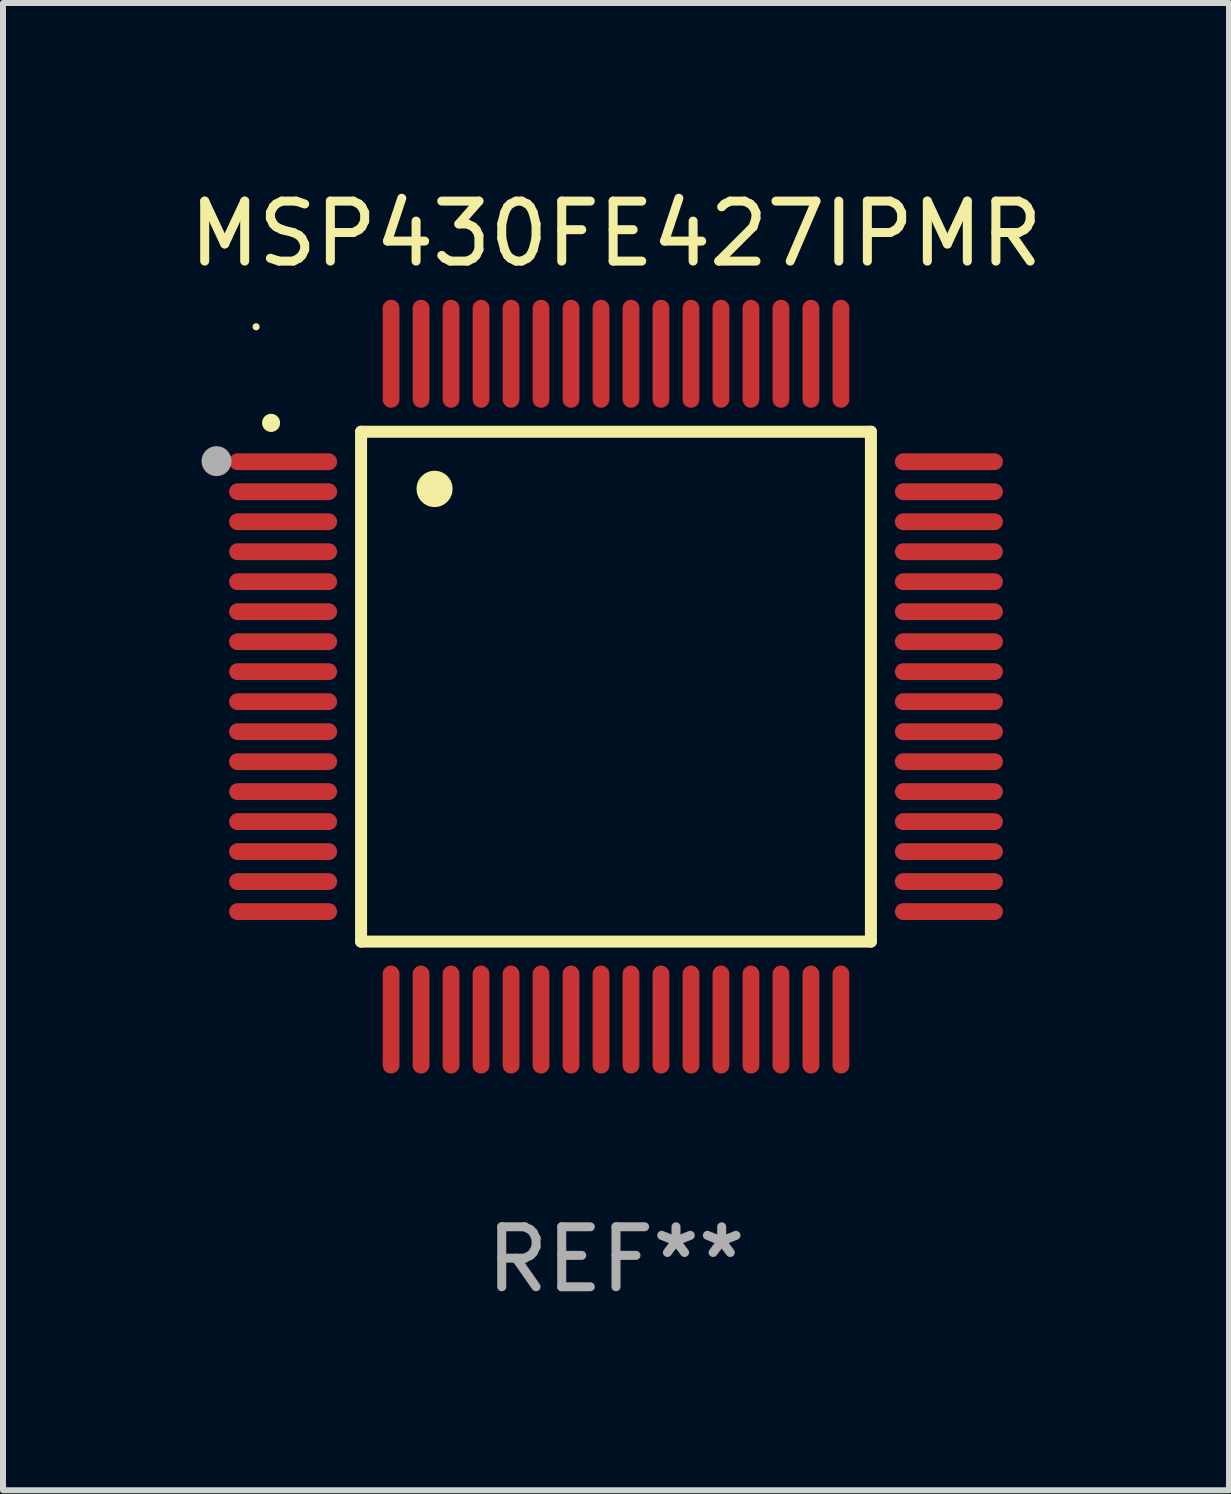
<source format=kicad_pcb>
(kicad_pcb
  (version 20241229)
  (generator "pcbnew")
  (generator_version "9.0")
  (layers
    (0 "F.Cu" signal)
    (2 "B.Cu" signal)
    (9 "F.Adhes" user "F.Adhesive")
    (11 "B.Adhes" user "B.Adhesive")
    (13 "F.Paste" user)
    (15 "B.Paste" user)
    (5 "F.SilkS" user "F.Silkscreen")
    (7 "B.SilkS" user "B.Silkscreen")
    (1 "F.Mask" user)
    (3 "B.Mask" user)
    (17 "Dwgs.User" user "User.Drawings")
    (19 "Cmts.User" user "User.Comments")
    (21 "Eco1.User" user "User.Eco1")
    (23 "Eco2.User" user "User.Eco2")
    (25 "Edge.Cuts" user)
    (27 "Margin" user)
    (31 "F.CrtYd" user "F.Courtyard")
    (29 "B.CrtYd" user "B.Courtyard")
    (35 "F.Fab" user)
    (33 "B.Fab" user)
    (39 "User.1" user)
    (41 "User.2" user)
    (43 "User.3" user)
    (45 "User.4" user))
  (footprint "MSP430FE427IPMR"
    (layer "F.Cu")
    (at 7.22 8.398)
    (property "Reference" "MSP430FE427IPMR" (at 0 -7.55 0) (layer "F.SilkS") (effects (font (size 1 1) (thickness 0.15))))
    (attr through_hole)
    (fp_line (start -4.25 -4.25) (end -4.25 4.25) (stroke (width 0.2) (type solid)) (layer "F.SilkS"))
    (fp_line (start -4.25 4.25) (end 4.25 4.25) (stroke (width 0.2) (type solid)) (layer "F.SilkS"))
    (fp_line (start 4.25 -4.25) (end -4.25 -4.25) (stroke (width 0.2) (type solid)) (layer "F.SilkS"))
    (fp_line (start 4.25 4.25) (end 4.25 -4.25) (stroke (width 0.2) (type solid)) (layer "F.SilkS"))
    (fp_arc (start -5.750572 -4.396749) (mid -5.750577 -4.398019) (end -5.750572 -4.399289) (stroke (width 0.3) (type solid)) (layer "F.SilkS"))
    (fp_arc (start -3.025146 -3.294387) (mid -3.025157 -3.296927) (end -3.025146 -3.299467) (stroke (width 0.6) (type solid)) (layer "F.SilkS"))
    (fp_circle (center -6 -6) (end -5.97 -6) (stroke (width 0.06) (type solid)) (fill no) (layer "F.SilkS"))
    (fp_circle (center -6.66 -3.76) (end -6.535 -3.76) (stroke (width 0.25) (type solid)) (fill no) (layer "F.Fab"))
    (fp_text user "REF**" (at 0 9.55 0) (layer "F.Fab") (effects (font (size 1 1) (thickness 0.15))))
    (pad "1" smd oval (at -5.55 -3.75) (size 1.8 0.28) (layers "F.Cu" "F.Mask" "F.Paste"))
    (pad "2" smd oval (at -5.55 -3.25) (size 1.8 0.28) (layers "F.Cu" "F.Mask" "F.Paste"))
    (pad "3" smd oval (at -5.55 -2.75) (size 1.8 0.28) (layers "F.Cu" "F.Mask" "F.Paste"))
    (pad "4" smd oval (at -5.55 -2.25) (size 1.8 0.28) (layers "F.Cu" "F.Mask" "F.Paste"))
    (pad "5" smd oval (at -5.55 -1.75) (size 1.8 0.28) (layers "F.Cu" "F.Mask" "F.Paste"))
    (pad "6" smd oval (at -5.55 -1.25) (size 1.8 0.28) (layers "F.Cu" "F.Mask" "F.Paste"))
    (pad "7" smd oval (at -5.55 -0.75) (size 1.8 0.28) (layers "F.Cu" "F.Mask" "F.Paste"))
    (pad "8" smd oval (at -5.55 -0.25) (size 1.8 0.28) (layers "F.Cu" "F.Mask" "F.Paste"))
    (pad "9" smd oval (at -5.55 0.25) (size 1.8 0.28) (layers "F.Cu" "F.Mask" "F.Paste"))
    (pad "10" smd oval (at -5.55 0.75) (size 1.8 0.28) (layers "F.Cu" "F.Mask" "F.Paste"))
    (pad "11" smd oval (at -5.55 1.25) (size 1.8 0.28) (layers "F.Cu" "F.Mask" "F.Paste"))
    (pad "12" smd oval (at -5.55 1.75) (size 1.8 0.28) (layers "F.Cu" "F.Mask" "F.Paste"))
    (pad "13" smd oval (at -5.55 2.25) (size 1.8 0.28) (layers "F.Cu" "F.Mask" "F.Paste"))
    (pad "14" smd oval (at -5.55 2.75) (size 1.8 0.28) (layers "F.Cu" "F.Mask" "F.Paste"))
    (pad "15" smd oval (at -5.55 3.25) (size 1.8 0.28) (layers "F.Cu" "F.Mask" "F.Paste"))
    (pad "16" smd oval (at -5.55 3.75) (size 1.8 0.28) (layers "F.Cu" "F.Mask" "F.Paste"))
    (pad "17" smd oval (at -3.75 5.55) (size 0.28 1.8) (layers "F.Cu" "F.Mask" "F.Paste"))
    (pad "18" smd oval (at -3.25 5.55) (size 0.28 1.8) (layers "F.Cu" "F.Mask" "F.Paste"))
    (pad "19" smd oval (at -2.75 5.55) (size 0.28 1.8) (layers "F.Cu" "F.Mask" "F.Paste"))
    (pad "20" smd oval (at -2.25 5.55) (size 0.28 1.8) (layers "F.Cu" "F.Mask" "F.Paste"))
    (pad "21" smd oval (at -1.75 5.55) (size 0.28 1.8) (layers "F.Cu" "F.Mask" "F.Paste"))
    (pad "22" smd oval (at -1.25 5.55) (size 0.28 1.8) (layers "F.Cu" "F.Mask" "F.Paste"))
    (pad "23" smd oval (at -0.75 5.55) (size 0.28 1.8) (layers "F.Cu" "F.Mask" "F.Paste"))
    (pad "24" smd oval (at -0.25 5.55) (size 0.28 1.8) (layers "F.Cu" "F.Mask" "F.Paste"))
    (pad "25" smd oval (at 0.25 5.55) (size 0.28 1.8) (layers "F.Cu" "F.Mask" "F.Paste"))
    (pad "26" smd oval (at 0.75 5.55) (size 0.28 1.8) (layers "F.Cu" "F.Mask" "F.Paste"))
    (pad "27" smd oval (at 1.25 5.55) (size 0.28 1.8) (layers "F.Cu" "F.Mask" "F.Paste"))
    (pad "28" smd oval (at 1.75 5.55) (size 0.28 1.8) (layers "F.Cu" "F.Mask" "F.Paste"))
    (pad "29" smd oval (at 2.25 5.55) (size 0.28 1.8) (layers "F.Cu" "F.Mask" "F.Paste"))
    (pad "30" smd oval (at 2.75 5.55) (size 0.28 1.8) (layers "F.Cu" "F.Mask" "F.Paste"))
    (pad "31" smd oval (at 3.25 5.55) (size 0.28 1.8) (layers "F.Cu" "F.Mask" "F.Paste"))
    (pad "32" smd oval (at 3.75 5.55) (size 0.28 1.8) (layers "F.Cu" "F.Mask" "F.Paste"))
    (pad "33" smd oval (at 5.55 3.75) (size 1.8 0.28) (layers "F.Cu" "F.Mask" "F.Paste"))
    (pad "34" smd oval (at 5.55 3.25) (size 1.8 0.28) (layers "F.Cu" "F.Mask" "F.Paste"))
    (pad "35" smd oval (at 5.55 2.75) (size 1.8 0.28) (layers "F.Cu" "F.Mask" "F.Paste"))
    (pad "36" smd oval (at 5.55 2.25) (size 1.8 0.28) (layers "F.Cu" "F.Mask" "F.Paste"))
    (pad "37" smd oval (at 5.55 1.75) (size 1.8 0.28) (layers "F.Cu" "F.Mask" "F.Paste"))
    (pad "38" smd oval (at 5.55 1.25) (size 1.8 0.28) (layers "F.Cu" "F.Mask" "F.Paste"))
    (pad "39" smd oval (at 5.55 0.75) (size 1.8 0.28) (layers "F.Cu" "F.Mask" "F.Paste"))
    (pad "40" smd oval (at 5.55 0.25) (size 1.8 0.28) (layers "F.Cu" "F.Mask" "F.Paste"))
    (pad "41" smd oval (at 5.55 -0.25) (size 1.8 0.28) (layers "F.Cu" "F.Mask" "F.Paste"))
    (pad "42" smd oval (at 5.55 -0.75) (size 1.8 0.28) (layers "F.Cu" "F.Mask" "F.Paste"))
    (pad "43" smd oval (at 5.55 -1.25) (size 1.8 0.28) (layers "F.Cu" "F.Mask" "F.Paste"))
    (pad "44" smd oval (at 5.55 -1.75) (size 1.8 0.28) (layers "F.Cu" "F.Mask" "F.Paste"))
    (pad "45" smd oval (at 5.55 -2.25) (size 1.8 0.28) (layers "F.Cu" "F.Mask" "F.Paste"))
    (pad "46" smd oval (at 5.55 -2.75) (size 1.8 0.28) (layers "F.Cu" "F.Mask" "F.Paste"))
    (pad "47" smd oval (at 5.55 -3.25) (size 1.8 0.28) (layers "F.Cu" "F.Mask" "F.Paste"))
    (pad "48" smd oval (at 5.55 -3.75) (size 1.8 0.28) (layers "F.Cu" "F.Mask" "F.Paste"))
    (pad "49" smd oval (at 3.75 -5.55) (size 0.28 1.8) (layers "F.Cu" "F.Mask" "F.Paste"))
    (pad "50" smd oval (at 3.25 -5.55) (size 0.28 1.8) (layers "F.Cu" "F.Mask" "F.Paste"))
    (pad "51" smd oval (at 2.75 -5.55) (size 0.28 1.8) (layers "F.Cu" "F.Mask" "F.Paste"))
    (pad "52" smd oval (at 2.25 -5.55) (size 0.28 1.8) (layers "F.Cu" "F.Mask" "F.Paste"))
    (pad "53" smd oval (at 1.75 -5.55) (size 0.28 1.8) (layers "F.Cu" "F.Mask" "F.Paste"))
    (pad "54" smd oval (at 1.25 -5.55) (size 0.28 1.8) (layers "F.Cu" "F.Mask" "F.Paste"))
    (pad "55" smd oval (at 0.75 -5.55) (size 0.28 1.8) (layers "F.Cu" "F.Mask" "F.Paste"))
    (pad "56" smd oval (at 0.25 -5.55) (size 0.28 1.8) (layers "F.Cu" "F.Mask" "F.Paste"))
    (pad "57" smd oval (at -0.25 -5.55) (size 0.28 1.8) (layers "F.Cu" "F.Mask" "F.Paste"))
    (pad "58" smd oval (at -0.75 -5.55) (size 0.28 1.8) (layers "F.Cu" "F.Mask" "F.Paste"))
    (pad "59" smd oval (at -1.25 -5.55) (size 0.28 1.8) (layers "F.Cu" "F.Mask" "F.Paste"))
    (pad "60" smd oval (at -1.75 -5.55) (size 0.28 1.8) (layers "F.Cu" "F.Mask" "F.Paste"))
    (pad "61" smd oval (at -2.25 -5.55) (size 0.28 1.8) (layers "F.Cu" "F.Mask" "F.Paste"))
    (pad "62" smd oval (at -2.75 -5.55) (size 0.28 1.8) (layers "F.Cu" "F.Mask" "F.Paste"))
    (pad "63" smd oval (at -3.25 -5.55) (size 0.28 1.8) (layers "F.Cu" "F.Mask" "F.Paste"))
    (pad "64" smd oval (at -3.75 -5.55) (size 0.28 1.8) (layers "F.Cu" "F.Mask" "F.Paste")))
  (gr_rect
    (start -3 -3)
    (end 17.44 21.796)
    (stroke (width 0.1) (type default))
    (fill no)
    (layer "Edge.Cuts")))
</source>
